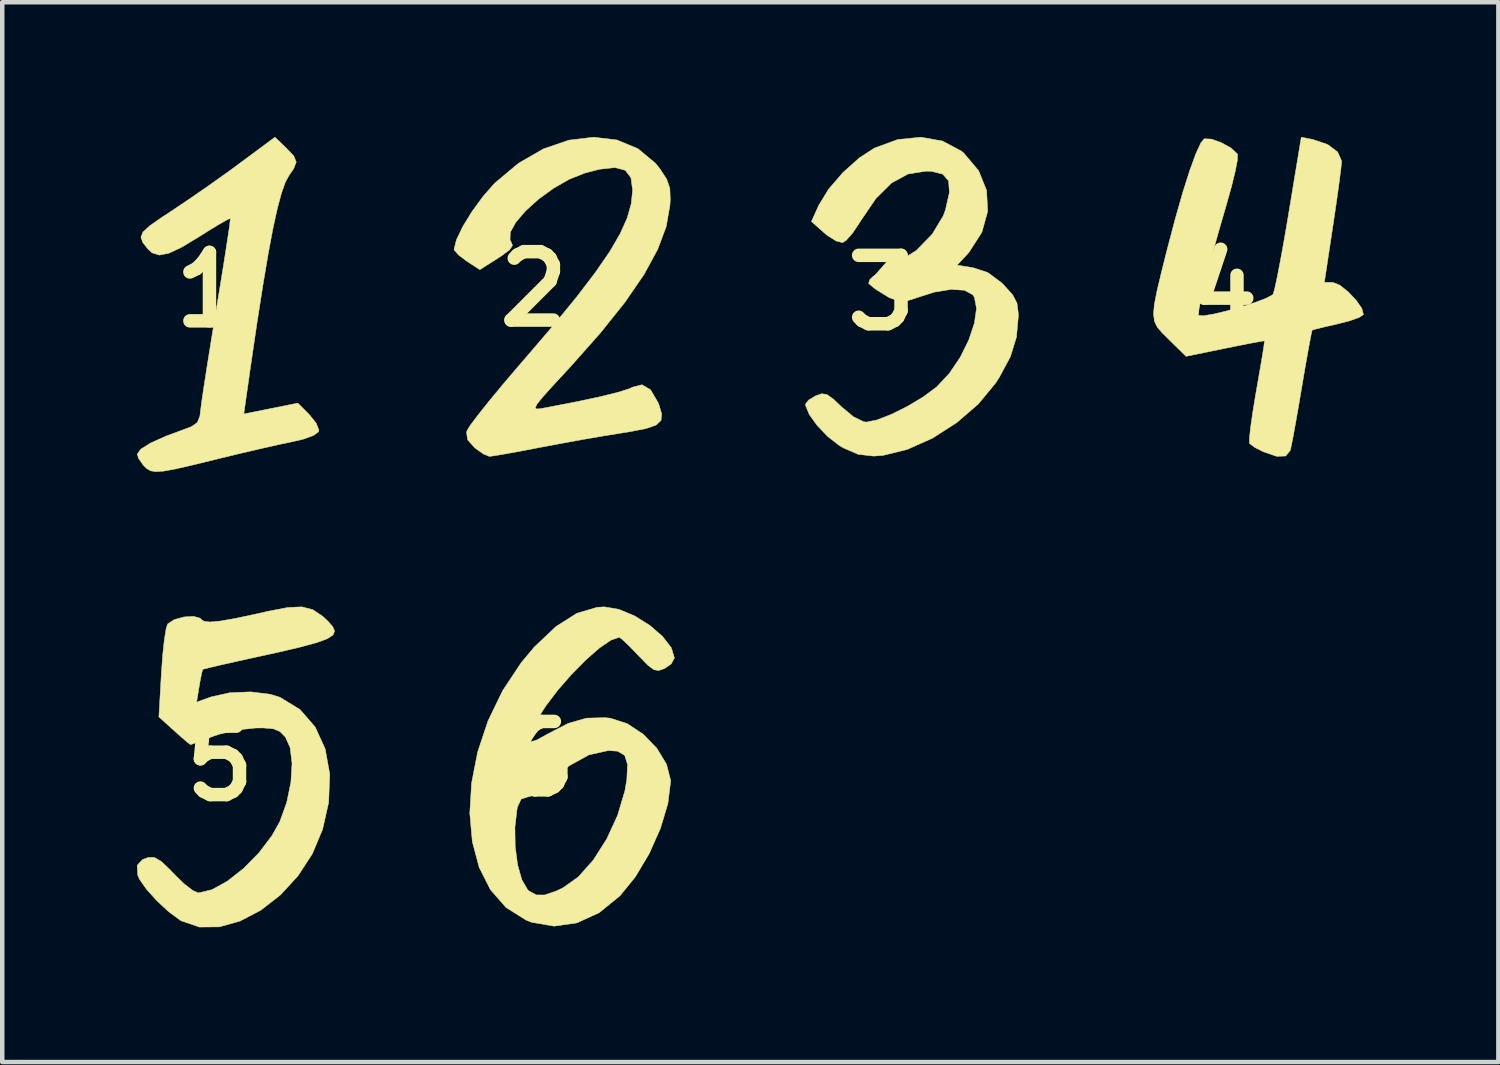
<source format=kicad_pcb>
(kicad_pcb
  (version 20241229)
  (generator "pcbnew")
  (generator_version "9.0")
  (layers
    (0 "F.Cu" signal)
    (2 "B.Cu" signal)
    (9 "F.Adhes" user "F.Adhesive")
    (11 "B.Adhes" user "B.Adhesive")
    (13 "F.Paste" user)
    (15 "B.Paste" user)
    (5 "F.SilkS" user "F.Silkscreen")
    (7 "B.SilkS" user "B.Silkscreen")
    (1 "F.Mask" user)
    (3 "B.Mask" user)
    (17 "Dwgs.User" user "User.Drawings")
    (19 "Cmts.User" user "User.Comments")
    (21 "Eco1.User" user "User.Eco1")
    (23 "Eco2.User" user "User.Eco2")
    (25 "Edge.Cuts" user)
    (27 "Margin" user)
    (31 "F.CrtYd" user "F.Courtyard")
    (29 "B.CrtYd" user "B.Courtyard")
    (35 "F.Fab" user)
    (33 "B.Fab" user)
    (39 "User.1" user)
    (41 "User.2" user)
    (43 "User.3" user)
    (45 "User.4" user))
  (footprint "5"
    (layer "F.Cu")
    (at 1.848 13.954)
    (property "Reference" "5" (at 0 0 0) (layer "F.SilkS") (effects (font (size 1.524 1.524) (thickness 0.3))))
    (attr through_hole)
    (fp_poly (pts (xy 2.068 -3.428) (xy 2.288 -3.28) (xy 2.405 -3.171) (xy 2.51 -3.052) (xy 2.553 -2.952) (xy 2.518 -2.865) (xy 2.39 -2.781) (xy 2.153 -2.694) (xy 1.792 -2.596) (xy 1.293 -2.479) (xy 0.812 -2.374) (xy 0.39 -2.281) (xy 0.032 -2.2) (xy -0.232 -2.138) (xy -0.371 -2.102) (xy -0.385 -2.096) (xy -0.409 -2.007) (xy -0.447 -1.81) (xy -0.462 -1.722) (xy -0.52 -1.37) (xy -0.197 -1.486) (xy 0.219 -1.579) (xy 0.684 -1.598) (xy 1.121 -1.544) (xy 1.335 -1.478) (xy 1.782 -1.205) (xy 2.12 -0.816) (xy 2.343 -0.329) (xy 2.445 0.237) (xy 2.42 0.865) (xy 2.286 1.462) (xy 2.057 2.009) (xy 1.736 2.501) (xy 1.347 2.924) (xy 0.91 3.264) (xy 0.449 3.505) (xy -0.014 3.635) (xy -0.456 3.639) (xy -0.857 3.503) (xy -0.889 3.484) (xy -1.143 3.297) (xy -1.405 3.054) (xy -1.635 2.799) (xy -1.792 2.575) (xy -1.832 2.481) (xy -1.843 2.263) (xy -1.721 2.134) (xy -1.593 2.088) (xy -1.461 2.089) (xy -1.309 2.176) (xy -1.102 2.372) (xy -1.02 2.459) (xy -0.802 2.673) (xy -0.607 2.824) (xy -0.483 2.879) (xy -0.184 2.809) (xy 0.163 2.618) (xy 0.524 2.335) (xy 0.866 1.988) (xy 1.157 1.605) (xy 1.333 1.291) (xy 1.487 0.864) (xy 1.579 0.417) (xy 1.605 -0.005) (xy 1.562 -0.359) (xy 1.456 -0.593) (xy 1.335 -0.715) (xy 1.188 -0.776) (xy 0.96 -0.795) (xy 0.79 -0.793) (xy 0.4 -0.751) (xy -0.011 -0.656) (xy -0.169 -0.603) (xy -0.421 -0.507) (xy -0.598 -0.442) (xy -0.656 -0.423) (xy -0.725 -0.475) (xy -0.88 -0.608) (xy -1.018 -0.732) (xy -1.36 -1.041) (xy -1.304 -2.023) (xy -1.275 -2.421) (xy -1.238 -2.761) (xy -1.199 -3.004) (xy -1.166 -3.109) (xy -1.02 -3.206) (xy -0.804 -3.266) (xy -0.588 -3.28) (xy -0.441 -3.238) (xy -0.425 -3.219) (xy -0.358 -3.17) (xy -0.223 -3.154) (xy 0.000025 -3.174) (xy 0.334 -3.232) (xy 0.799 -3.331) (xy 1.083 -3.395) (xy 1.51 -3.477) (xy 1.823 -3.491) (xy 2.068 -3.428)) (stroke (width 0.01) (type solid)) (fill yes) (layer "F.SilkS")))
  (footprint "1"
    (layer "F.Cu")
    (at 1.614 3.405)
    (property "Reference" "1" (at 0 0 0) (layer "F.SilkS") (effects (font (size 1.524 1.524) (thickness 0.3))))
    (attr through_hole)
    (fp_poly (pts (xy 1.703 -3.166) (xy 1.878 -2.982) (xy 1.933 -2.846) (xy 1.873 -2.694) (xy 1.775 -2.554) (xy 1.691 -2.401) (xy 1.605 -2.159) (xy 1.513 -1.818) (xy 1.414 -1.368) (xy 1.307 -0.798) (xy 1.189 -0.097) (xy 1.057 0.745) (xy 0.911 1.737) (xy 0.808 2.461) (xy 0.765 2.763) (xy 1.366 2.642) (xy 1.968 2.521) (xy 2.223 2.777) (xy 2.376 2.967) (xy 2.437 3.122) (xy 2.432 3.155) (xy 2.326 3.238) (xy 2.093 3.323) (xy 1.849 3.38) (xy 1.562 3.44) (xy 1.161 3.531) (xy 0.696 3.639) (xy 0.216 3.755) (xy 0.141 3.774) (xy -0.374 3.9) (xy -0.75 3.986) (xy -1.015 4.035) (xy -1.195 4.048) (xy -1.314 4.028) (xy -1.4 3.977) (xy -1.469 3.909) (xy -1.578 3.753) (xy -1.609 3.657) (xy -1.53 3.547) (xy -1.309 3.409) (xy -0.966 3.255) (xy -0.647 3.137) (xy -0.399 3.044) (xy -0.27 2.952) (xy -0.214 2.814) (xy -0.195 2.661) (xy -0.172 2.483) (xy -0.125 2.166) (xy -0.059 1.74) (xy 0.022 1.233) (xy 0.113 0.673) (xy 0.161 0.381) (xy 0.252 -0.171) (xy 0.331 -0.664) (xy 0.395 -1.075) (xy 0.441 -1.381) (xy 0.463 -1.557) (xy 0.465 -1.591) (xy 0.39 -1.56) (xy 0.205 -1.454) (xy -0.057 -1.294) (xy -0.222 -1.189) (xy -0.617 -0.951) (xy -0.906 -0.815) (xy -1.118 -0.775) (xy -1.277 -0.825) (xy -1.371 -0.91) (xy -1.485 -1.056) (xy -1.526 -1.174) (xy -1.48 -1.289) (xy -1.329 -1.428) (xy -1.058 -1.617) (xy -0.869 -1.741) (xy -0.469 -2.009) (xy -0.006 -2.329) (xy 0.447 -2.652) (xy 0.666 -2.813) (xy 1.458 -3.4) (xy 1.703 -3.166)) (stroke (width 0.01) (type solid)) (fill yes) (layer "F.SilkS")))
  (footprint "2"
    (layer "F.Cu")
    (at 8.837 3.388)
    (property "Reference" "2" (at 0 0 0) (layer "F.SilkS") (effects (font (size 1.524 1.524) (thickness 0.3))))
    (attr through_hole)
    (fp_poly (pts (xy 1.852 -3.321) (xy 2.318 -3.128) (xy 2.708 -2.803) (xy 2.809 -2.677) (xy 2.96 -2.446) (xy 3.029 -2.244) (xy 3.038 -1.989) (xy 3.03 -1.861) (xy 2.948 -1.393) (xy 2.758 -0.886) (xy 2.456 -0.33) (xy 2.033 0.287) (xy 1.483 0.975) (xy 0.8 1.745) (xy 0.728 1.822) (xy 0.408 2.168) (xy 0.193 2.408) (xy 0.071 2.56) (xy 0.032 2.641) (xy 0.062 2.669) (xy 0.152 2.661) (xy 0.185 2.655) (xy 0.889 2.52) (xy 1.453 2.401) (xy 1.869 2.299) (xy 2.13 2.216) (xy 2.199 2.183) (xy 2.41 2.129) (xy 2.599 2.241) (xy 2.763 2.519) (xy 2.788 2.581) (xy 2.847 2.78) (xy 2.833 2.922) (xy 2.725 3.026) (xy 2.5 3.105) (xy 2.138 3.175) (xy 1.931 3.208) (xy 1.556 3.268) (xy 1.081 3.35) (xy 0.571 3.443) (xy 0.169 3.519) (xy -0.24 3.597) (xy -0.592 3.662) (xy -0.852 3.706) (xy -0.985 3.725) (xy -0.99 3.725) (xy -1.118 3.674) (xy -1.296 3.549) (xy -1.318 3.53) (xy -1.475 3.355) (xy -1.498 3.191) (xy -1.487 3.15) (xy -1.416 3.034) (xy -1.25 2.813) (xy -1.006 2.506) (xy -0.701 2.137) (xy -0.351 1.725) (xy -0.197 1.547) (xy 0.434 0.809) (xy 0.952 0.176) (xy 1.367 -0.367) (xy 1.688 -0.832) (xy 1.922 -1.234) (xy 2.08 -1.586) (xy 2.169 -1.903) (xy 2.199 -2.198) (xy 2.199 -2.206) (xy 2.162 -2.48) (xy 2.037 -2.646) (xy 1.808 -2.707) (xy 1.461 -2.669) (xy 1.134 -2.584) (xy 0.787 -2.446) (xy 0.436 -2.244) (xy 0.105 -2.003) (xy -0.182 -1.744) (xy -0.4 -1.491) (xy -0.524 -1.267) (xy -0.53 -1.093) (xy -0.509 -1.059) (xy -0.475 -0.973) (xy -0.538 -0.876) (xy -0.722 -0.739) (xy -0.805 -0.685) (xy -1.203 -0.433) (xy -1.489 -0.619) (xy -1.671 -0.755) (xy -1.77 -0.867) (xy -1.776 -0.889) (xy -1.723 -1.101) (xy -1.581 -1.395) (xy -1.375 -1.73) (xy -1.132 -2.063) (xy -0.877 -2.353) (xy -0.869 -2.361) (xy -0.342 -2.803) (xy 0.214 -3.123) (xy 0.779 -3.317) (xy 1.332 -3.383) (xy 1.852 -3.321)) (stroke (width 0.01) (type solid)) (fill yes) (layer "F.SilkS")))
  (footprint "6"
    (layer "F.Cu")
    (at 9.004 13.849)
    (property "Reference" "6" (at 0 0 0) (layer "F.SilkS") (effects (font (size 1.524 1.524) (thickness 0.3))))
    (attr through_hole)
    (fp_poly (pts (xy 1.729 -3.33) (xy 2.079 -3.184) (xy 2.415 -2.974) (xy 2.7 -2.728) (xy 2.895 -2.474) (xy 2.963 -2.25) (xy 2.894 -2.118) (xy 2.744 -2.013) (xy 2.615 -1.968) (xy 2.504 -1.987) (xy 2.369 -2.089) (xy 2.167 -2.297) (xy 2.153 -2.311) (xy 1.955 -2.516) (xy 1.803 -2.66) (xy 1.734 -2.709) (xy 1.548 -2.644) (xy 1.291 -2.468) (xy 0.991 -2.205) (xy 0.674 -1.884) (xy 0.366 -1.531) (xy 0.094 -1.172) (xy -0.073 -0.909) (xy -0.212 -0.653) (xy -0.308 -0.45) (xy -0.339 -0.356) (xy -0.274 -0.35) (xy -0.103 -0.421) (xy 0.137 -0.553) (xy 0.141 -0.555) (xy 0.598 -0.792) (xy 1.005 -0.908) (xy 1.42 -0.919) (xy 1.539 -0.906) (xy 1.913 -0.786) (xy 2.269 -0.55) (xy 2.573 -0.236) (xy 2.788 0.118) (xy 2.878 0.473) (xy 2.879 0.505) (xy 2.818 0.995) (xy 2.653 1.546) (xy 2.404 2.106) (xy 2.095 2.625) (xy 1.751 3.049) (xy 1.287 3.425) (xy 0.791 3.652) (xy 0.282 3.724) (xy -0.22 3.637) (xy -0.339 3.59) (xy -0.785 3.31) (xy -1.134 2.912) (xy -1.384 2.416) (xy -1.537 1.842) (xy -1.565 1.523) (xy -0.588 1.523) (xy -0.582 1.954) (xy -0.528 2.359) (xy -0.433 2.694) (xy -0.303 2.915) (xy -0.273 2.942) (xy -0.112 3.029) (xy 0.073 3.03) (xy 0.329 2.942) (xy 0.479 2.872) (xy 0.824 2.627) (xy 1.158 2.251) (xy 1.456 1.782) (xy 1.698 1.257) (xy 1.86 0.714) (xy 1.904 0.458) (xy 1.919 0.123) (xy 1.857 -0.078) (xy 1.7 -0.172) (xy 1.491 -0.186) (xy 1.062 -0.091) (xy 0.618 0.153) (xy 0.216 0.501) (xy -0.009 0.7) (xy -0.212 0.823) (xy -0.303 0.847) (xy -0.449 0.894) (xy -0.529 1.064) (xy -0.54 1.111) (xy -0.588 1.523) (xy -1.565 1.523) (xy -1.593 1.209) (xy -1.553 0.537) (xy -1.418 -0.154) (xy -1.188 -0.845) (xy -0.863 -1.517) (xy -0.445 -2.148) (xy -0.156 -2.492) (xy 0.327 -2.949) (xy 0.791 -3.243) (xy 1.242 -3.376) (xy 1.403 -3.386) (xy 1.729 -3.33)) (stroke (width 0.01) (type solid)) (fill yes) (layer "F.SilkS")))
  (footprint "3"
    (layer "F.Cu")
    (at 16.578 3.47)
    (property "Reference" "3" (at 0 0 0) (layer "F.SilkS") (effects (font (size 1.524 1.524) (thickness 0.3))))
    (attr through_hole)
    (fp_poly (pts (xy 1.36 -3.379) (xy 1.774 -3.159) (xy 1.835 -3.109) (xy 2.164 -2.719) (xy 2.341 -2.279) (xy 2.365 -1.814) (xy 2.236 -1.348) (xy 1.952 -0.906) (xy 1.891 -0.837) (xy 1.684 -0.616) (xy 2.04 -0.559) (xy 2.365 -0.453) (xy 2.671 -0.226) (xy 2.722 -0.176) (xy 2.921 0.044) (xy 3.018 0.231) (xy 3.047 0.458) (xy 3.048 0.519) (xy 3.006 0.986) (xy 2.871 1.422) (xy 2.623 1.884) (xy 2.54 2.012) (xy 2.158 2.475) (xy 1.676 2.891) (xy 1.136 3.237) (xy 0.575 3.488) (xy 0.035 3.621) (xy -0.174 3.636) (xy -0.519 3.597) (xy -0.852 3.452) (xy -0.944 3.397) (xy -1.198 3.199) (xy -1.432 2.954) (xy -1.609 2.708) (xy -1.691 2.507) (xy -1.693 2.48) (xy -1.625 2.39) (xy -1.468 2.295) (xy -1.33 2.247) (xy -1.213 2.266) (xy -1.067 2.371) (xy -0.893 2.536) (xy -0.623 2.761) (xy -0.395 2.871) (xy -0.335 2.879) (xy -0.1 2.831) (xy 0.222 2.706) (xy 0.582 2.526) (xy 0.931 2.317) (xy 1.22 2.102) (xy 1.23 2.094) (xy 1.511 1.795) (xy 1.754 1.435) (xy 1.945 1.049) (xy 2.07 0.674) (xy 2.116 0.345) (xy 2.068 0.097) (xy 2.033 0.044) (xy 1.847 -0.057) (xy 1.55 -0.076) (xy 1.178 -0.015) (xy 0.881 0.079) (xy 0.606 0.168) (xy 0.39 0.182) (xy 0.174 0.109) (xy -0.1 -0.061) (xy -0.168 -0.108) (xy -0.285 -0.207) (xy -0.265 -0.289) (xy -0.191 -0.359) (xy -0.028 -0.471) (xy 0.219 -0.609) (xy 0.362 -0.679) (xy 0.778 -0.945) (xy 1.131 -1.307) (xy 1.376 -1.714) (xy 1.426 -1.851) (xy 1.512 -2.232) (xy 1.495 -2.49) (xy 1.367 -2.641) (xy 1.118 -2.705) (xy 0.995 -2.709) (xy 0.593 -2.646) (xy 0.226 -2.447) (xy -0.122 -2.102) (xy -0.465 -1.6) (xy -0.485 -1.566) (xy -0.642 -1.331) (xy -0.788 -1.166) (xy -0.867 -1.117) (xy -1.009 -1.154) (xy -1.205 -1.277) (xy -1.281 -1.34) (xy -1.559 -1.588) (xy -1.397 -1.948) (xy -1.178 -2.307) (xy -0.858 -2.678) (xy -0.491 -3.007) (xy -0.159 -3.222) (xy 0.361 -3.413) (xy 0.878 -3.465) (xy 1.36 -3.379)) (stroke (width 0.01) (type solid)) (fill yes) (layer "F.SilkS")))
  (footprint "4"
    (layer "F.Cu")
    (at 24.204 3.407)
    (property "Reference" "4" (at 0 0 0) (layer "F.SilkS") (effects (font (size 1.524 1.524) (thickness 0.3))))
    (attr through_hole)
    (fp_poly (pts (xy 1.979 -3.351) (xy 2.307 -3.241) (xy 2.531 -3.074) (xy 2.619 -2.876) (xy 2.62 -2.856) (xy 2.605 -2.707) (xy 2.57 -2.427) (xy 2.518 -2.049) (xy 2.454 -1.61) (xy 2.425 -1.418) (xy 2.236 -0.169) (xy 2.424 -0.169) (xy 2.575 -0.11) (xy 2.762 0.037) (xy 2.942 0.226) (xy 3.071 0.411) (xy 3.106 0.546) (xy 3.105 0.549) (xy 3.014 0.61) (xy 2.802 0.686) (xy 2.533 0.756) (xy 2.253 0.82) (xy 2.049 0.869) (xy 1.966 0.892) (xy 1.945 0.977) (xy 1.902 1.199) (xy 1.842 1.529) (xy 1.771 1.939) (xy 1.733 2.166) (xy 1.656 2.619) (xy 1.585 3.02) (xy 1.527 3.336) (xy 1.486 3.534) (xy 1.476 3.575) (xy 1.375 3.697) (xy 1.176 3.705) (xy 0.878 3.603) (xy 0.685 3.505) (xy 0.573 3.422) (xy 0.569 3.416) (xy 0.567 3.31) (xy 0.592 3.071) (xy 0.64 2.733) (xy 0.706 2.328) (xy 0.721 2.244) (xy 0.792 1.836) (xy 0.85 1.495) (xy 0.889 1.252) (xy 0.903 1.138) (xy 0.903 1.133) (xy 0.82 1.144) (xy 0.606 1.184) (xy 0.296 1.245) (xy 0.023 1.3) (xy -0.844 1.478) (xy -1.23 1.099) (xy -1.377 0.953) (xy -1.483 0.83) (xy -1.546 0.701) (xy -1.568 0.541) (xy -1.55 0.322) (xy -1.49 0.018) (xy -1.391 -0.398) (xy -1.257 -0.93) (xy -1.082 -1.594) (xy -0.915 -2.179) (xy -0.76 -2.666) (xy -0.624 -3.038) (xy -0.512 -3.279) (xy -0.437 -3.367) (xy -0.278 -3.36) (xy -0.056 -3.28) (xy 0.158 -3.161) (xy 0.293 -3.036) (xy 0.305 -3.014) (xy 0.3 -2.89) (xy 0.251 -2.641) (xy 0.168 -2.301) (xy 0.058 -1.908) (xy 0.053 -1.892) (xy -0.124 -1.28) (xy -0.279 -0.722) (xy -0.406 -0.239) (xy -0.5 0.149) (xy -0.555 0.421) (xy -0.567 0.556) (xy -0.563 0.566) (xy -0.456 0.574) (xy -0.233 0.537) (xy 0.061 0.467) (xy 0.383 0.377) (xy 0.689 0.279) (xy 0.936 0.186) (xy 1.079 0.11) (xy 1.096 0.091) (xy 1.131 -0.03) (xy 1.187 -0.292) (xy 1.259 -0.665) (xy 1.342 -1.122) (xy 1.43 -1.636) (xy 1.444 -1.722) (xy 1.722 -3.402) (xy 1.979 -3.351)) (stroke (width 0.01) (type solid)) (fill yes) (layer "F.SilkS")))
  (gr_rect
    (start -3 -3)
    (end 30.315 20.599)
    (stroke (width 0.1) (type default))
    (fill no)
    (layer "Edge.Cuts")))
</source>
